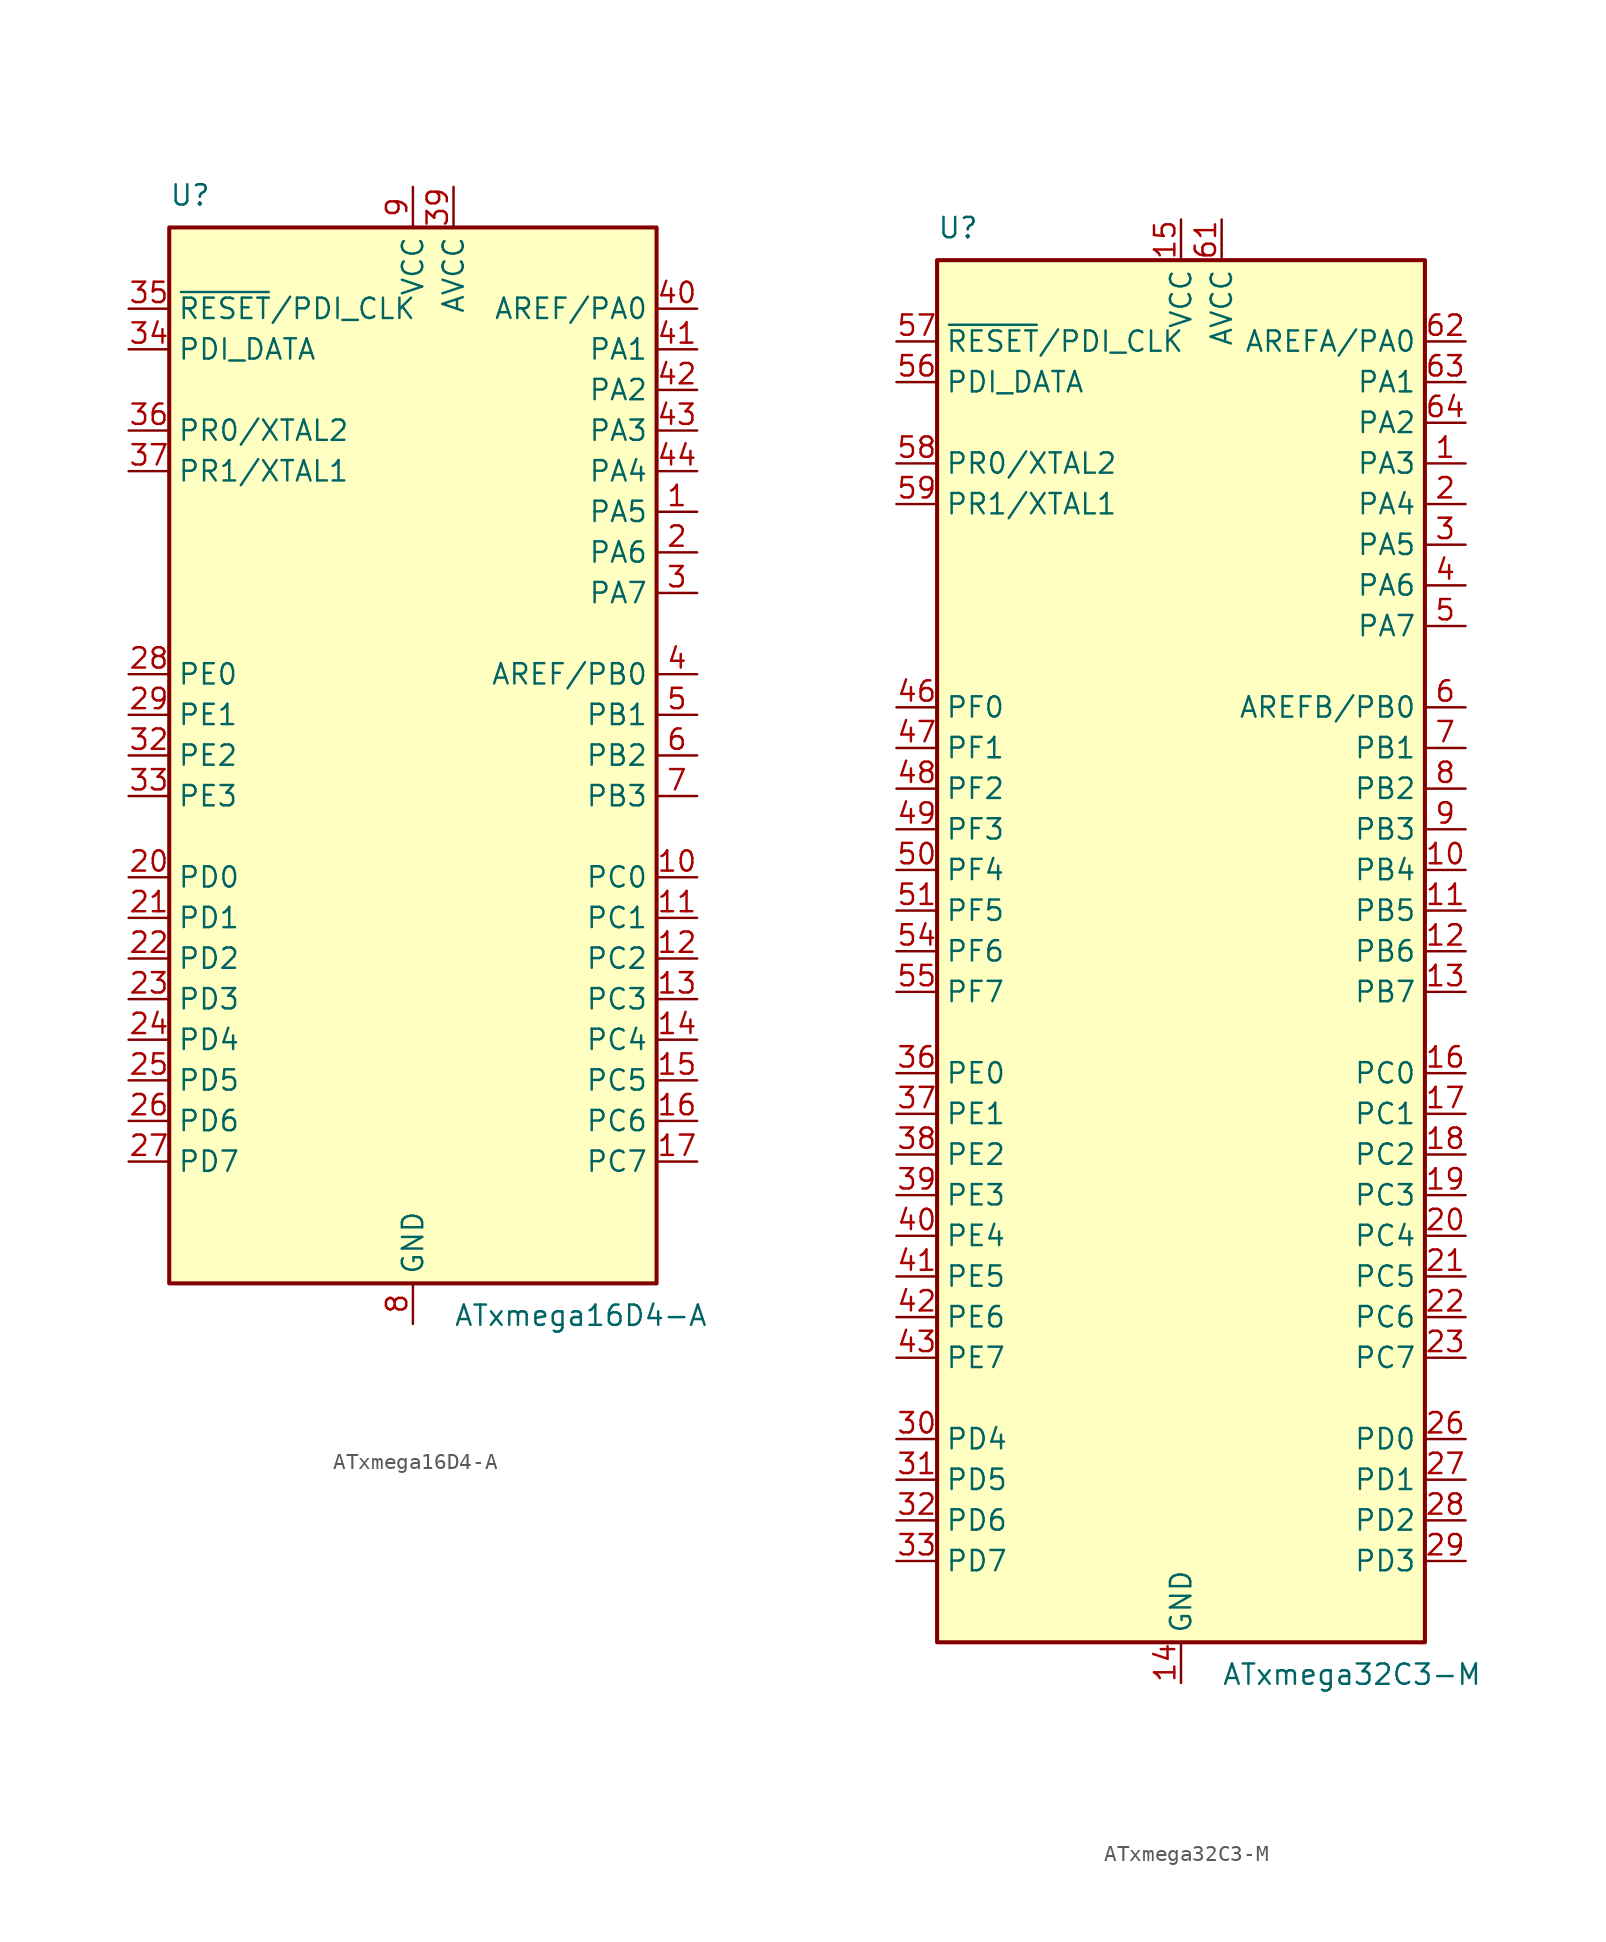
<source format=kicad_sym>
(kicad_symbol_lib
  (version 20231120)
  (generator "kicad_symbol_editor")
  (generator_version "8.0")
  (symbol "ATxmega16D4-A"
    (property "Reference" "U"
      (at -15.24 34.29 0)
      (effects (font (size 1.27 1.27)) (justify left bottom)))
    (property "Value" "ATxmega16D4-A"
      (at 2.54 -34.29 0)
      (effects (font (size 1.27 1.27)) (justify left top)))
    (symbol "ATxmega16D4-A_0_1"
      (rectangle (start -15.24 -33.02) (end 15.24 33.02) (stroke (width 0.254) (type default)) (fill (type background))))
    (symbol "ATxmega16D4-A_1_1"
      (pin bidirectional line (at 17.78 15.24 180) (length 2.54) (name "PA5" (effects (font (size 1.27 1.27)))) (number "1" (effects (font (size 1.27 1.27)))))
      (pin bidirectional line (at 17.78 -7.62 180) (length 2.54) (name "PC0" (effects (font (size 1.27 1.27)))) (number "10" (effects (font (size 1.27 1.27)))))
      (pin bidirectional line (at 17.78 -10.16 180) (length 2.54) (name "PC1" (effects (font (size 1.27 1.27)))) (number "11" (effects (font (size 1.27 1.27)))))
      (pin bidirectional line (at 17.78 -12.7 180) (length 2.54) (name "PC2" (effects (font (size 1.27 1.27)))) (number "12" (effects (font (size 1.27 1.27)))))
      (pin bidirectional line (at 17.78 -15.24 180) (length 2.54) (name "PC3" (effects (font (size 1.27 1.27)))) (number "13" (effects (font (size 1.27 1.27)))))
      (pin bidirectional line (at 17.78 -17.78 180) (length 2.54) (name "PC4" (effects (font (size 1.27 1.27)))) (number "14" (effects (font (size 1.27 1.27)))))
      (pin bidirectional line (at 17.78 -20.32 180) (length 2.54) (name "PC5" (effects (font (size 1.27 1.27)))) (number "15" (effects (font (size 1.27 1.27)))))
      (pin bidirectional line (at 17.78 -22.86 180) (length 2.54) (name "PC6" (effects (font (size 1.27 1.27)))) (number "16" (effects (font (size 1.27 1.27)))))
      (pin bidirectional line (at 17.78 -25.4 180) (length 2.54) (name "PC7" (effects (font (size 1.27 1.27)))) (number "17" (effects (font (size 1.27 1.27)))))
      (pin passive line (at 0 -35.56 90) (length 2.54) hide (name "GND" (effects (font (size 1.27 1.27)))) (number "18" (effects (font (size 1.27 1.27)))))
      (pin passive line (at 0 35.56 270) (length 2.54) hide (name "VCC" (effects (font (size 1.27 1.27)))) (number "19" (effects (font (size 1.27 1.27)))))
      (pin bidirectional line (at 17.78 12.7 180) (length 2.54) (name "PA6" (effects (font (size 1.27 1.27)))) (number "2" (effects (font (size 1.27 1.27)))))
      (pin bidirectional line (at -17.78 -7.62 0) (length 2.54) (name "PD0" (effects (font (size 1.27 1.27)))) (number "20" (effects (font (size 1.27 1.27)))))
      (pin bidirectional line (at -17.78 -10.16 0) (length 2.54) (name "PD1" (effects (font (size 1.27 1.27)))) (number "21" (effects (font (size 1.27 1.27)))))
      (pin bidirectional line (at -17.78 -12.7 0) (length 2.54) (name "PD2" (effects (font (size 1.27 1.27)))) (number "22" (effects (font (size 1.27 1.27)))))
      (pin bidirectional line (at -17.78 -15.24 0) (length 2.54) (name "PD3" (effects (font (size 1.27 1.27)))) (number "23" (effects (font (size 1.27 1.27)))))
      (pin bidirectional line (at -17.78 -17.78 0) (length 2.54) (name "PD4" (effects (font (size 1.27 1.27)))) (number "24" (effects (font (size 1.27 1.27)))))
      (pin bidirectional line (at -17.78 -20.32 0) (length 2.54) (name "PD5" (effects (font (size 1.27 1.27)))) (number "25" (effects (font (size 1.27 1.27)))))
      (pin bidirectional line (at -17.78 -22.86 0) (length 2.54) (name "PD6" (effects (font (size 1.27 1.27)))) (number "26" (effects (font (size 1.27 1.27)))))
      (pin bidirectional line (at -17.78 -25.4 0) (length 2.54) (name "PD7" (effects (font (size 1.27 1.27)))) (number "27" (effects (font (size 1.27 1.27)))))
      (pin bidirectional line (at -17.78 5.08 0) (length 2.54) (name "PE0" (effects (font (size 1.27 1.27)))) (number "28" (effects (font (size 1.27 1.27)))))
      (pin bidirectional line (at -17.78 2.54 0) (length 2.54) (name "PE1" (effects (font (size 1.27 1.27)))) (number "29" (effects (font (size 1.27 1.27)))))
      (pin bidirectional line (at 17.78 10.16 180) (length 2.54) (name "PA7" (effects (font (size 1.27 1.27)))) (number "3" (effects (font (size 1.27 1.27)))))
      (pin passive line (at 0 -35.56 90) (length 2.54) hide (name "GND" (effects (font (size 1.27 1.27)))) (number "30" (effects (font (size 1.27 1.27)))))
      (pin passive line (at 0 35.56 270) (length 2.54) hide (name "VCC" (effects (font (size 1.27 1.27)))) (number "31" (effects (font (size 1.27 1.27)))))
      (pin bidirectional line (at -17.78 0 0) (length 2.54) (name "PE2" (effects (font (size 1.27 1.27)))) (number "32" (effects (font (size 1.27 1.27)))))
      (pin bidirectional line (at -17.78 -2.54 0) (length 2.54) (name "PE3" (effects (font (size 1.27 1.27)))) (number "33" (effects (font (size 1.27 1.27)))))
      (pin bidirectional line (at -17.78 25.4 0) (length 2.54) (name "PDI_DATA" (effects (font (size 1.27 1.27)))) (number "34" (effects (font (size 1.27 1.27)))))
      (pin input line (at -17.78 27.94 0) (length 2.54) (name "~{RESET}/PDI_CLK" (effects (font (size 1.27 1.27)))) (number "35" (effects (font (size 1.27 1.27)))))
      (pin bidirectional line (at -17.78 20.32 0) (length 2.54) (name "PR0/XTAL2" (effects (font (size 1.27 1.27)))) (number "36" (effects (font (size 1.27 1.27)))))
      (pin bidirectional line (at -17.78 17.78 0) (length 2.54) (name "PR1/XTAL1" (effects (font (size 1.27 1.27)))) (number "37" (effects (font (size 1.27 1.27)))))
      (pin passive line (at 0 -35.56 90) (length 2.54) hide (name "GND" (effects (font (size 1.27 1.27)))) (number "38" (effects (font (size 1.27 1.27)))))
      (pin power_in line (at 2.54 35.56 270) (length 2.54) (name "AVCC" (effects (font (size 1.27 1.27)))) (number "39" (effects (font (size 1.27 1.27)))))
      (pin bidirectional line (at 17.78 5.08 180) (length 2.54) (name "AREF/PB0" (effects (font (size 1.27 1.27)))) (number "4" (effects (font (size 1.27 1.27)))))
      (pin bidirectional line (at 17.78 27.94 180) (length 2.54) (name "AREF/PA0" (effects (font (size 1.27 1.27)))) (number "40" (effects (font (size 1.27 1.27)))))
      (pin bidirectional line (at 17.78 25.4 180) (length 2.54) (name "PA1" (effects (font (size 1.27 1.27)))) (number "41" (effects (font (size 1.27 1.27)))))
      (pin bidirectional line (at 17.78 22.86 180) (length 2.54) (name "PA2" (effects (font (size 1.27 1.27)))) (number "42" (effects (font (size 1.27 1.27)))))
      (pin bidirectional line (at 17.78 20.32 180) (length 2.54) (name "PA3" (effects (font (size 1.27 1.27)))) (number "43" (effects (font (size 1.27 1.27)))))
      (pin bidirectional line (at 17.78 17.78 180) (length 2.54) (name "PA4" (effects (font (size 1.27 1.27)))) (number "44" (effects (font (size 1.27 1.27)))))
      (pin bidirectional line (at 17.78 2.54 180) (length 2.54) (name "PB1" (effects (font (size 1.27 1.27)))) (number "5" (effects (font (size 1.27 1.27)))))
      (pin bidirectional line (at 17.78 0 180) (length 2.54) (name "PB2" (effects (font (size 1.27 1.27)))) (number "6" (effects (font (size 1.27 1.27)))))
      (pin bidirectional line (at 17.78 -2.54 180) (length 2.54) (name "PB3" (effects (font (size 1.27 1.27)))) (number "7" (effects (font (size 1.27 1.27)))))
      (pin power_in line (at 0 -35.56 90) (length 2.54) (name "GND" (effects (font (size 1.27 1.27)))) (number "8" (effects (font (size 1.27 1.27)))))
      (pin power_in line (at 0 35.56 270) (length 2.54) (name "VCC" (effects (font (size 1.27 1.27)))) (number "9" (effects (font (size 1.27 1.27)))))))
  (symbol "ATxmega32C3-M"
    (property "Reference" "U"
      (at -15.24 44.45 0)
      (effects (font (size 1.27 1.27)) (justify left bottom)))
    (property "Value" "ATxmega32C3-M"
      (at 2.54 -44.45 0)
      (effects (font (size 1.27 1.27)) (justify left top)))
    (symbol "ATxmega32C3-M_0_1"
      (rectangle (start -15.24 -43.18) (end 15.24 43.18) (stroke (width 0.254) (type default)) (fill (type background))))
    (symbol "ATxmega32C3-M_1_1"
      (pin bidirectional line (at 17.78 30.48 180) (length 2.54) (name "PA3" (effects (font (size 1.27 1.27)))) (number "1" (effects (font (size 1.27 1.27)))))
      (pin bidirectional line (at 17.78 5.08 180) (length 2.54) (name "PB4" (effects (font (size 1.27 1.27)))) (number "10" (effects (font (size 1.27 1.27)))))
      (pin bidirectional line (at 17.78 2.54 180) (length 2.54) (name "PB5" (effects (font (size 1.27 1.27)))) (number "11" (effects (font (size 1.27 1.27)))))
      (pin bidirectional line (at 17.78 0 180) (length 2.54) (name "PB6" (effects (font (size 1.27 1.27)))) (number "12" (effects (font (size 1.27 1.27)))))
      (pin bidirectional line (at 17.78 -2.54 180) (length 2.54) (name "PB7" (effects (font (size 1.27 1.27)))) (number "13" (effects (font (size 1.27 1.27)))))
      (pin power_in line (at 0 -45.72 90) (length 2.54) (name "GND" (effects (font (size 1.27 1.27)))) (number "14" (effects (font (size 1.27 1.27)))))
      (pin power_in line (at 0 45.72 270) (length 2.54) (name "VCC" (effects (font (size 1.27 1.27)))) (number "15" (effects (font (size 1.27 1.27)))))
      (pin bidirectional line (at 17.78 -7.62 180) (length 2.54) (name "PC0" (effects (font (size 1.27 1.27)))) (number "16" (effects (font (size 1.27 1.27)))))
      (pin bidirectional line (at 17.78 -10.16 180) (length 2.54) (name "PC1" (effects (font (size 1.27 1.27)))) (number "17" (effects (font (size 1.27 1.27)))))
      (pin bidirectional line (at 17.78 -12.7 180) (length 2.54) (name "PC2" (effects (font (size 1.27 1.27)))) (number "18" (effects (font (size 1.27 1.27)))))
      (pin bidirectional line (at 17.78 -15.24 180) (length 2.54) (name "PC3" (effects (font (size 1.27 1.27)))) (number "19" (effects (font (size 1.27 1.27)))))
      (pin bidirectional line (at 17.78 27.94 180) (length 2.54) (name "PA4" (effects (font (size 1.27 1.27)))) (number "2" (effects (font (size 1.27 1.27)))))
      (pin bidirectional line (at 17.78 -17.78 180) (length 2.54) (name "PC4" (effects (font (size 1.27 1.27)))) (number "20" (effects (font (size 1.27 1.27)))))
      (pin bidirectional line (at 17.78 -20.32 180) (length 2.54) (name "PC5" (effects (font (size 1.27 1.27)))) (number "21" (effects (font (size 1.27 1.27)))))
      (pin bidirectional line (at 17.78 -22.86 180) (length 2.54) (name "PC6" (effects (font (size 1.27 1.27)))) (number "22" (effects (font (size 1.27 1.27)))))
      (pin bidirectional line (at 17.78 -25.4 180) (length 2.54) (name "PC7" (effects (font (size 1.27 1.27)))) (number "23" (effects (font (size 1.27 1.27)))))
      (pin passive line (at 0 -45.72 90) (length 2.54) hide (name "GND" (effects (font (size 1.27 1.27)))) (number "24" (effects (font (size 1.27 1.27)))))
      (pin passive line (at 0 45.72 270) (length 2.54) hide (name "VCC" (effects (font (size 1.27 1.27)))) (number "25" (effects (font (size 1.27 1.27)))))
      (pin bidirectional line (at 17.78 -30.48 180) (length 2.54) (name "PD0" (effects (font (size 1.27 1.27)))) (number "26" (effects (font (size 1.27 1.27)))))
      (pin bidirectional line (at 17.78 -33.02 180) (length 2.54) (name "PD1" (effects (font (size 1.27 1.27)))) (number "27" (effects (font (size 1.27 1.27)))))
      (pin bidirectional line (at 17.78 -35.56 180) (length 2.54) (name "PD2" (effects (font (size 1.27 1.27)))) (number "28" (effects (font (size 1.27 1.27)))))
      (pin bidirectional line (at 17.78 -38.1 180) (length 2.54) (name "PD3" (effects (font (size 1.27 1.27)))) (number "29" (effects (font (size 1.27 1.27)))))
      (pin bidirectional line (at 17.78 25.4 180) (length 2.54) (name "PA5" (effects (font (size 1.27 1.27)))) (number "3" (effects (font (size 1.27 1.27)))))
      (pin bidirectional line (at -17.78 -30.48 0) (length 2.54) (name "PD4" (effects (font (size 1.27 1.27)))) (number "30" (effects (font (size 1.27 1.27)))))
      (pin bidirectional line (at -17.78 -33.02 0) (length 2.54) (name "PD5" (effects (font (size 1.27 1.27)))) (number "31" (effects (font (size 1.27 1.27)))))
      (pin bidirectional line (at -17.78 -35.56 0) (length 2.54) (name "PD6" (effects (font (size 1.27 1.27)))) (number "32" (effects (font (size 1.27 1.27)))))
      (pin bidirectional line (at -17.78 -38.1 0) (length 2.54) (name "PD7" (effects (font (size 1.27 1.27)))) (number "33" (effects (font (size 1.27 1.27)))))
      (pin passive line (at 0 -45.72 90) (length 2.54) hide (name "GND" (effects (font (size 1.27 1.27)))) (number "34" (effects (font (size 1.27 1.27)))))
      (pin passive line (at 0 45.72 270) (length 2.54) hide (name "VCC" (effects (font (size 1.27 1.27)))) (number "35" (effects (font (size 1.27 1.27)))))
      (pin bidirectional line (at -17.78 -7.62 0) (length 2.54) (name "PE0" (effects (font (size 1.27 1.27)))) (number "36" (effects (font (size 1.27 1.27)))))
      (pin bidirectional line (at -17.78 -10.16 0) (length 2.54) (name "PE1" (effects (font (size 1.27 1.27)))) (number "37" (effects (font (size 1.27 1.27)))))
      (pin bidirectional line (at -17.78 -12.7 0) (length 2.54) (name "PE2" (effects (font (size 1.27 1.27)))) (number "38" (effects (font (size 1.27 1.27)))))
      (pin bidirectional line (at -17.78 -15.24 0) (length 2.54) (name "PE3" (effects (font (size 1.27 1.27)))) (number "39" (effects (font (size 1.27 1.27)))))
      (pin bidirectional line (at 17.78 22.86 180) (length 2.54) (name "PA6" (effects (font (size 1.27 1.27)))) (number "4" (effects (font (size 1.27 1.27)))))
      (pin bidirectional line (at -17.78 -17.78 0) (length 2.54) (name "PE4" (effects (font (size 1.27 1.27)))) (number "40" (effects (font (size 1.27 1.27)))))
      (pin bidirectional line (at -17.78 -20.32 0) (length 2.54) (name "PE5" (effects (font (size 1.27 1.27)))) (number "41" (effects (font (size 1.27 1.27)))))
      (pin bidirectional line (at -17.78 -22.86 0) (length 2.54) (name "PE6" (effects (font (size 1.27 1.27)))) (number "42" (effects (font (size 1.27 1.27)))))
      (pin bidirectional line (at -17.78 -25.4 0) (length 2.54) (name "PE7" (effects (font (size 1.27 1.27)))) (number "43" (effects (font (size 1.27 1.27)))))
      (pin passive line (at 0 -45.72 90) (length 2.54) hide (name "GND" (effects (font (size 1.27 1.27)))) (number "44" (effects (font (size 1.27 1.27)))))
      (pin passive line (at 0 45.72 270) (length 2.54) hide (name "VCC" (effects (font (size 1.27 1.27)))) (number "45" (effects (font (size 1.27 1.27)))))
      (pin bidirectional line (at -17.78 15.24 0) (length 2.54) (name "PF0" (effects (font (size 1.27 1.27)))) (number "46" (effects (font (size 1.27 1.27)))))
      (pin bidirectional line (at -17.78 12.7 0) (length 2.54) (name "PF1" (effects (font (size 1.27 1.27)))) (number "47" (effects (font (size 1.27 1.27)))))
      (pin bidirectional line (at -17.78 10.16 0) (length 2.54) (name "PF2" (effects (font (size 1.27 1.27)))) (number "48" (effects (font (size 1.27 1.27)))))
      (pin bidirectional line (at -17.78 7.62 0) (length 2.54) (name "PF3" (effects (font (size 1.27 1.27)))) (number "49" (effects (font (size 1.27 1.27)))))
      (pin bidirectional line (at 17.78 20.32 180) (length 2.54) (name "PA7" (effects (font (size 1.27 1.27)))) (number "5" (effects (font (size 1.27 1.27)))))
      (pin bidirectional line (at -17.78 5.08 0) (length 2.54) (name "PF4" (effects (font (size 1.27 1.27)))) (number "50" (effects (font (size 1.27 1.27)))))
      (pin bidirectional line (at -17.78 2.54 0) (length 2.54) (name "PF5" (effects (font (size 1.27 1.27)))) (number "51" (effects (font (size 1.27 1.27)))))
      (pin passive line (at 0 -45.72 90) (length 2.54) hide (name "GND" (effects (font (size 1.27 1.27)))) (number "52" (effects (font (size 1.27 1.27)))))
      (pin passive line (at 0 45.72 270) (length 2.54) hide (name "VCC" (effects (font (size 1.27 1.27)))) (number "53" (effects (font (size 1.27 1.27)))))
      (pin bidirectional line (at -17.78 0 0) (length 2.54) (name "PF6" (effects (font (size 1.27 1.27)))) (number "54" (effects (font (size 1.27 1.27)))))
      (pin bidirectional line (at -17.78 -2.54 0) (length 2.54) (name "PF7" (effects (font (size 1.27 1.27)))) (number "55" (effects (font (size 1.27 1.27)))))
      (pin bidirectional line (at -17.78 35.56 0) (length 2.54) (name "PDI_DATA" (effects (font (size 1.27 1.27)))) (number "56" (effects (font (size 1.27 1.27)))))
      (pin input line (at -17.78 38.1 0) (length 2.54) (name "~{RESET}/PDI_CLK" (effects (font (size 1.27 1.27)))) (number "57" (effects (font (size 1.27 1.27)))))
      (pin bidirectional line (at -17.78 30.48 0) (length 2.54) (name "PR0/XTAL2" (effects (font (size 1.27 1.27)))) (number "58" (effects (font (size 1.27 1.27)))))
      (pin bidirectional line (at -17.78 27.94 0) (length 2.54) (name "PR1/XTAL1" (effects (font (size 1.27 1.27)))) (number "59" (effects (font (size 1.27 1.27)))))
      (pin bidirectional line (at 17.78 15.24 180) (length 2.54) (name "AREFB/PB0" (effects (font (size 1.27 1.27)))) (number "6" (effects (font (size 1.27 1.27)))))
      (pin passive line (at 0 -45.72 90) (length 2.54) hide (name "GND" (effects (font (size 1.27 1.27)))) (number "60" (effects (font (size 1.27 1.27)))))
      (pin power_in line (at 2.54 45.72 270) (length 2.54) (name "AVCC" (effects (font (size 1.27 1.27)))) (number "61" (effects (font (size 1.27 1.27)))))
      (pin bidirectional line (at 17.78 38.1 180) (length 2.54) (name "AREFA/PA0" (effects (font (size 1.27 1.27)))) (number "62" (effects (font (size 1.27 1.27)))))
      (pin bidirectional line (at 17.78 35.56 180) (length 2.54) (name "PA1" (effects (font (size 1.27 1.27)))) (number "63" (effects (font (size 1.27 1.27)))))
      (pin bidirectional line (at 17.78 33.02 180) (length 2.54) (name "PA2" (effects (font (size 1.27 1.27)))) (number "64" (effects (font (size 1.27 1.27)))))
      (pin passive line (at 0 -45.72 90) (length 2.54) hide (name "GND" (effects (font (size 1.27 1.27)))) (number "65" (effects (font (size 1.27 1.27)))))
      (pin bidirectional line (at 17.78 12.7 180) (length 2.54) (name "PB1" (effects (font (size 1.27 1.27)))) (number "7" (effects (font (size 1.27 1.27)))))
      (pin bidirectional line (at 17.78 10.16 180) (length 2.54) (name "PB2" (effects (font (size 1.27 1.27)))) (number "8" (effects (font (size 1.27 1.27)))))
      (pin bidirectional line (at 17.78 7.62 180) (length 2.54) (name "PB3" (effects (font (size 1.27 1.27)))) (number "9" (effects (font (size 1.27 1.27))))))))
</source>
